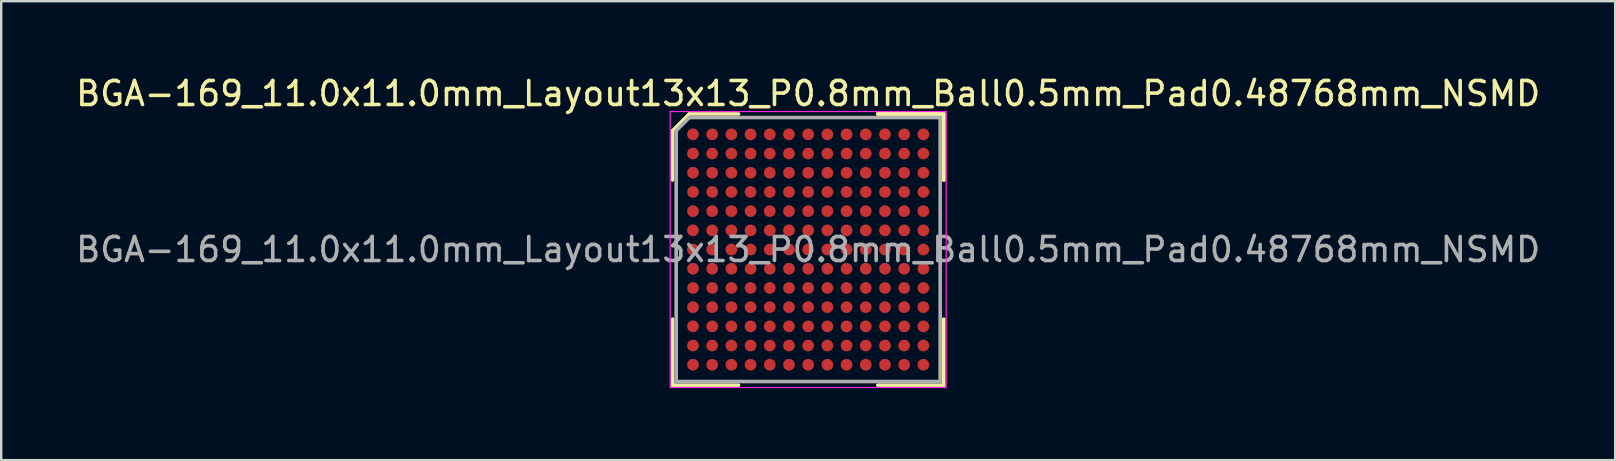
<source format=kicad_pcb>
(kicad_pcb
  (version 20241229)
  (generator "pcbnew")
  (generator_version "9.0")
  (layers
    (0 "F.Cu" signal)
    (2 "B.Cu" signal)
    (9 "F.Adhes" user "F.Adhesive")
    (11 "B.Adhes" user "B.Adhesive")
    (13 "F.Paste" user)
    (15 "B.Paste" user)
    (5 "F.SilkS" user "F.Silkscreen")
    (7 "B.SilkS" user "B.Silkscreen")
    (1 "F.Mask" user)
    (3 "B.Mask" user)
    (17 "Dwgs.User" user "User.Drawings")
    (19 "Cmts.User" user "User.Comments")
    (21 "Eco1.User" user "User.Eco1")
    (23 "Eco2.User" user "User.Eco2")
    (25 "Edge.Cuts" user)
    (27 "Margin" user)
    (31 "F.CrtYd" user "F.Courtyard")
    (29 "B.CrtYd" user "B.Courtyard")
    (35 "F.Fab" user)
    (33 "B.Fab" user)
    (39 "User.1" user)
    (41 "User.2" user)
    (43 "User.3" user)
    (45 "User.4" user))
  (footprint "BGA-169_11.0x11.0mm_Layout13x13_P0.8mm_Ball0.5mm_Pad0.48768mm_NSMD"
    (layer "F.Cu")
    (at 30.625 7.348)
    (property "Reference" "BGA-169_11.0x11.0mm_Layout13x13_P0.8mm_Ball0.5mm_Pad0.48768mm_NSMD" (at 0 -6.5 0) (layer "F.SilkS") (effects (font (size 1 1) (thickness 0.15))))
    (attr smd)
    (fp_line (start -5.65 -4.953) (end -5.65 -2.9) (stroke (width 0.15) (type solid)) (layer "F.SilkS"))
    (fp_line (start -5.65 5.65) (end -5.65 2.9) (stroke (width 0.15) (type solid)) (layer "F.SilkS"))
    (fp_line (start -4.953 -5.65) (end -5.65 -4.953) (stroke (width 0.15) (type solid)) (layer "F.SilkS"))
    (fp_line (start -2.9 -5.65) (end -4.953 -5.65) (stroke (width 0.15) (type solid)) (layer "F.SilkS"))
    (fp_line (start -2.9 5.65) (end -5.65 5.65) (stroke (width 0.15) (type solid)) (layer "F.SilkS"))
    (fp_line (start 2.9 -5.65) (end 5.65 -5.65) (stroke (width 0.15) (type solid)) (layer "F.SilkS"))
    (fp_line (start 2.9 -5.65) (end 5.65 -5.65) (stroke (width 0.15) (type solid)) (layer "F.SilkS"))
    (fp_line (start 2.9 -5.65) (end 5.65 -5.65) (stroke (width 0.15) (type solid)) (layer "F.SilkS"))
    (fp_line (start 2.9 5.65) (end 5.65 5.65) (stroke (width 0.15) (type solid)) (layer "F.SilkS"))
    (fp_line (start 5.65 -5.65) (end 5.65 -2.9) (stroke (width 0.15) (type solid)) (layer "F.SilkS"))
    (fp_line (start 5.65 -5.65) (end 5.65 -2.9) (stroke (width 0.15) (type solid)) (layer "F.SilkS"))
    (fp_line (start 5.65 -5.65) (end 5.65 -2.9) (stroke (width 0.15) (type solid)) (layer "F.SilkS"))
    (fp_line (start 5.65 5.65) (end 5.65 2.9) (stroke (width 0.15) (type solid)) (layer "F.SilkS"))
    (fp_line (start -5.75 -5.75) (end 5.75 -5.75) (stroke (width 0.05) (type solid)) (layer "F.CrtYd"))
    (fp_line (start -5.75 5.75) (end -5.75 -5.75) (stroke (width 0.05) (type solid)) (layer "F.CrtYd"))
    (fp_line (start 5.75 -5.75) (end 5.75 5.75) (stroke (width 0.05) (type solid)) (layer "F.CrtYd"))
    (fp_line (start 5.75 5.75) (end -5.75 5.75) (stroke (width 0.05) (type solid)) (layer "F.CrtYd"))
    (fp_line (start -5.5 -4.953) (end -5.5 5.5) (stroke (width 0.15) (type solid)) (layer "F.Fab"))
    (fp_line (start -5.5 5.5) (end 5.5 5.5) (stroke (width 0.15) (type solid)) (layer "F.Fab"))
    (fp_line (start -4.953 -5.5) (end -5.5 -4.953) (stroke (width 0.15) (type solid)) (layer "F.Fab"))
    (fp_line (start 5.5 -5.5) (end -4.953 -5.5) (stroke (width 0.15) (type solid)) (layer "F.Fab"))
    (fp_line (start 5.5 5.5) (end 5.5 -5.5) (stroke (width 0.15) (type solid)) (layer "F.Fab"))
    (fp_text user "${REFERENCE}" (at 0 0 0) (layer "F.Fab") (effects (font (size 1 1) (thickness 0.15))))
    (pad "A1" smd circle (at -4.8 -4.8) (size 0.488 0.488) (layers "F.Cu" "F.Mask" "F.Paste"))
    (pad "A2" smd circle (at -4 -4.8) (size 0.488 0.488) (layers "F.Cu" "F.Mask" "F.Paste"))
    (pad "A3" smd circle (at -3.2 -4.8) (size 0.488 0.488) (layers "F.Cu" "F.Mask" "F.Paste"))
    (pad "A4" smd circle (at -2.4 -4.8) (size 0.488 0.488) (layers "F.Cu" "F.Mask" "F.Paste"))
    (pad "A5" smd circle (at -1.6 -4.8) (size 0.488 0.488) (layers "F.Cu" "F.Mask" "F.Paste"))
    (pad "A6" smd circle (at -0.8 -4.8) (size 0.488 0.488) (layers "F.Cu" "F.Mask" "F.Paste"))
    (pad "A7" smd circle (at 0 -4.8) (size 0.488 0.488) (layers "F.Cu" "F.Mask" "F.Paste"))
    (pad "A8" smd circle (at 0.8 -4.8) (size 0.488 0.488) (layers "F.Cu" "F.Mask" "F.Paste"))
    (pad "A9" smd circle (at 1.6 -4.8) (size 0.488 0.488) (layers "F.Cu" "F.Mask" "F.Paste"))
    (pad "A10" smd circle (at 2.4 -4.8) (size 0.488 0.488) (layers "F.Cu" "F.Mask" "F.Paste"))
    (pad "A11" smd circle (at 3.2 -4.8) (size 0.488 0.488) (layers "F.Cu" "F.Mask" "F.Paste"))
    (pad "A12" smd circle (at 4 -4.8) (size 0.488 0.488) (layers "F.Cu" "F.Mask" "F.Paste"))
    (pad "A13" smd circle (at 4.8 -4.8) (size 0.488 0.488) (layers "F.Cu" "F.Mask" "F.Paste"))
    (pad "B1" smd circle (at -4.8 -4) (size 0.488 0.488) (layers "F.Cu" "F.Mask" "F.Paste"))
    (pad "B2" smd circle (at -4 -4) (size 0.488 0.488) (layers "F.Cu" "F.Mask" "F.Paste"))
    (pad "B3" smd circle (at -3.2 -4) (size 0.488 0.488) (layers "F.Cu" "F.Mask" "F.Paste"))
    (pad "B4" smd circle (at -2.4 -4) (size 0.488 0.488) (layers "F.Cu" "F.Mask" "F.Paste"))
    (pad "B5" smd circle (at -1.6 -4) (size 0.488 0.488) (layers "F.Cu" "F.Mask" "F.Paste"))
    (pad "B6" smd circle (at -0.8 -4) (size 0.488 0.488) (layers "F.Cu" "F.Mask" "F.Paste"))
    (pad "B7" smd circle (at 0 -4) (size 0.488 0.488) (layers "F.Cu" "F.Mask" "F.Paste"))
    (pad "B8" smd circle (at 0.8 -4) (size 0.488 0.488) (layers "F.Cu" "F.Mask" "F.Paste"))
    (pad "B9" smd circle (at 1.6 -4) (size 0.488 0.488) (layers "F.Cu" "F.Mask" "F.Paste"))
    (pad "B10" smd circle (at 2.4 -4) (size 0.488 0.488) (layers "F.Cu" "F.Mask" "F.Paste"))
    (pad "B11" smd circle (at 3.2 -4) (size 0.488 0.488) (layers "F.Cu" "F.Mask" "F.Paste"))
    (pad "B12" smd circle (at 4 -4) (size 0.488 0.488) (layers "F.Cu" "F.Mask" "F.Paste"))
    (pad "B13" smd circle (at 4.8 -4) (size 0.488 0.488) (layers "F.Cu" "F.Mask" "F.Paste"))
    (pad "C1" smd circle (at -4.8 -3.2) (size 0.488 0.488) (layers "F.Cu" "F.Mask" "F.Paste"))
    (pad "C2" smd circle (at -4 -3.2) (size 0.488 0.488) (layers "F.Cu" "F.Mask" "F.Paste"))
    (pad "C3" smd circle (at -3.2 -3.2) (size 0.488 0.488) (layers "F.Cu" "F.Mask" "F.Paste"))
    (pad "C4" smd circle (at -2.4 -3.2) (size 0.488 0.488) (layers "F.Cu" "F.Mask" "F.Paste"))
    (pad "C5" smd circle (at -1.6 -3.2) (size 0.488 0.488) (layers "F.Cu" "F.Mask" "F.Paste"))
    (pad "C6" smd circle (at -0.8 -3.2) (size 0.488 0.488) (layers "F.Cu" "F.Mask" "F.Paste"))
    (pad "C7" smd circle (at 0 -3.2) (size 0.488 0.488) (layers "F.Cu" "F.Mask" "F.Paste"))
    (pad "C8" smd circle (at 0.8 -3.2) (size 0.488 0.488) (layers "F.Cu" "F.Mask" "F.Paste"))
    (pad "C9" smd circle (at 1.6 -3.2) (size 0.488 0.488) (layers "F.Cu" "F.Mask" "F.Paste"))
    (pad "C10" smd circle (at 2.4 -3.2) (size 0.488 0.488) (layers "F.Cu" "F.Mask" "F.Paste"))
    (pad "C11" smd circle (at 3.2 -3.2) (size 0.488 0.488) (layers "F.Cu" "F.Mask" "F.Paste"))
    (pad "C12" smd circle (at 4 -3.2) (size 0.488 0.488) (layers "F.Cu" "F.Mask" "F.Paste"))
    (pad "C13" smd circle (at 4.8 -3.2) (size 0.488 0.488) (layers "F.Cu" "F.Mask" "F.Paste"))
    (pad "D1" smd circle (at -4.8 -2.4) (size 0.488 0.488) (layers "F.Cu" "F.Mask" "F.Paste"))
    (pad "D2" smd circle (at -4 -2.4) (size 0.488 0.488) (layers "F.Cu" "F.Mask" "F.Paste"))
    (pad "D3" smd circle (at -3.2 -2.4) (size 0.488 0.488) (layers "F.Cu" "F.Mask" "F.Paste"))
    (pad "D4" smd circle (at -2.4 -2.4) (size 0.488 0.488) (layers "F.Cu" "F.Mask" "F.Paste"))
    (pad "D5" smd circle (at -1.6 -2.4) (size 0.488 0.488) (layers "F.Cu" "F.Mask" "F.Paste"))
    (pad "D6" smd circle (at -0.8 -2.4) (size 0.488 0.488) (layers "F.Cu" "F.Mask" "F.Paste"))
    (pad "D7" smd circle (at 0 -2.4) (size 0.488 0.488) (layers "F.Cu" "F.Mask" "F.Paste"))
    (pad "D8" smd circle (at 0.8 -2.4) (size 0.488 0.488) (layers "F.Cu" "F.Mask" "F.Paste"))
    (pad "D9" smd circle (at 1.6 -2.4) (size 0.488 0.488) (layers "F.Cu" "F.Mask" "F.Paste"))
    (pad "D10" smd circle (at 2.4 -2.4) (size 0.488 0.488) (layers "F.Cu" "F.Mask" "F.Paste"))
    (pad "D11" smd circle (at 3.2 -2.4) (size 0.488 0.488) (layers "F.Cu" "F.Mask" "F.Paste"))
    (pad "D12" smd circle (at 4 -2.4) (size 0.488 0.488) (layers "F.Cu" "F.Mask" "F.Paste"))
    (pad "D13" smd circle (at 4.8 -2.4) (size 0.488 0.488) (layers "F.Cu" "F.Mask" "F.Paste"))
    (pad "E1" smd circle (at -4.8 -1.6) (size 0.488 0.488) (layers "F.Cu" "F.Mask" "F.Paste"))
    (pad "E2" smd circle (at -4 -1.6) (size 0.488 0.488) (layers "F.Cu" "F.Mask" "F.Paste"))
    (pad "E3" smd circle (at -3.2 -1.6) (size 0.488 0.488) (layers "F.Cu" "F.Mask" "F.Paste"))
    (pad "E4" smd circle (at -2.4 -1.6) (size 0.488 0.488) (layers "F.Cu" "F.Mask" "F.Paste"))
    (pad "E5" smd circle (at -1.6 -1.6) (size 0.488 0.488) (layers "F.Cu" "F.Mask" "F.Paste"))
    (pad "E6" smd circle (at -0.8 -1.6) (size 0.488 0.488) (layers "F.Cu" "F.Mask" "F.Paste"))
    (pad "E7" smd circle (at 0 -1.6) (size 0.488 0.488) (layers "F.Cu" "F.Mask" "F.Paste"))
    (pad "E8" smd circle (at 0.8 -1.6) (size 0.488 0.488) (layers "F.Cu" "F.Mask" "F.Paste"))
    (pad "E9" smd circle (at 1.6 -1.6) (size 0.488 0.488) (layers "F.Cu" "F.Mask" "F.Paste"))
    (pad "E10" smd circle (at 2.4 -1.6) (size 0.488 0.488) (layers "F.Cu" "F.Mask" "F.Paste"))
    (pad "E11" smd circle (at 3.2 -1.6) (size 0.488 0.488) (layers "F.Cu" "F.Mask" "F.Paste"))
    (pad "E12" smd circle (at 4 -1.6) (size 0.488 0.488) (layers "F.Cu" "F.Mask" "F.Paste"))
    (pad "E13" smd circle (at 4.8 -1.6) (size 0.488 0.488) (layers "F.Cu" "F.Mask" "F.Paste"))
    (pad "F1" smd circle (at -4.8 -0.8) (size 0.488 0.488) (layers "F.Cu" "F.Mask" "F.Paste"))
    (pad "F2" smd circle (at -4 -0.8) (size 0.488 0.488) (layers "F.Cu" "F.Mask" "F.Paste"))
    (pad "F3" smd circle (at -3.2 -0.8) (size 0.488 0.488) (layers "F.Cu" "F.Mask" "F.Paste"))
    (pad "F4" smd circle (at -2.4 -0.8) (size 0.488 0.488) (layers "F.Cu" "F.Mask" "F.Paste"))
    (pad "F5" smd circle (at -1.6 -0.8) (size 0.488 0.488) (layers "F.Cu" "F.Mask" "F.Paste"))
    (pad "F6" smd circle (at -0.8 -0.8) (size 0.488 0.488) (layers "F.Cu" "F.Mask" "F.Paste"))
    (pad "F7" smd circle (at 0 -0.8) (size 0.488 0.488) (layers "F.Cu" "F.Mask" "F.Paste"))
    (pad "F8" smd circle (at 0.8 -0.8) (size 0.488 0.488) (layers "F.Cu" "F.Mask" "F.Paste"))
    (pad "F9" smd circle (at 1.6 -0.8) (size 0.488 0.488) (layers "F.Cu" "F.Mask" "F.Paste"))
    (pad "F10" smd circle (at 2.4 -0.8) (size 0.488 0.488) (layers "F.Cu" "F.Mask" "F.Paste"))
    (pad "F11" smd circle (at 3.2 -0.8) (size 0.488 0.488) (layers "F.Cu" "F.Mask" "F.Paste"))
    (pad "F12" smd circle (at 4 -0.8) (size 0.488 0.488) (layers "F.Cu" "F.Mask" "F.Paste"))
    (pad "F13" smd circle (at 4.8 -0.8) (size 0.488 0.488) (layers "F.Cu" "F.Mask" "F.Paste"))
    (pad "G1" smd circle (at -4.8 0) (size 0.488 0.488) (layers "F.Cu" "F.Mask" "F.Paste"))
    (pad "G2" smd circle (at -4 0) (size 0.488 0.488) (layers "F.Cu" "F.Mask" "F.Paste"))
    (pad "G3" smd circle (at -3.2 0) (size 0.488 0.488) (layers "F.Cu" "F.Mask" "F.Paste"))
    (pad "G4" smd circle (at -2.4 0) (size 0.488 0.488) (layers "F.Cu" "F.Mask" "F.Paste"))
    (pad "G5" smd circle (at -1.6 0) (size 0.488 0.488) (layers "F.Cu" "F.Mask" "F.Paste"))
    (pad "G6" smd circle (at -0.8 0) (size 0.488 0.488) (layers "F.Cu" "F.Mask" "F.Paste"))
    (pad "G7" smd circle (at 0 0) (size 0.488 0.488) (layers "F.Cu" "F.Mask" "F.Paste"))
    (pad "G8" smd circle (at 0.8 0) (size 0.488 0.488) (layers "F.Cu" "F.Mask" "F.Paste"))
    (pad "G9" smd circle (at 1.6 0) (size 0.488 0.488) (layers "F.Cu" "F.Mask" "F.Paste"))
    (pad "G10" smd circle (at 2.4 0) (size 0.488 0.488) (layers "F.Cu" "F.Mask" "F.Paste"))
    (pad "G11" smd circle (at 3.2 0) (size 0.488 0.488) (layers "F.Cu" "F.Mask" "F.Paste"))
    (pad "G12" smd circle (at 4 0) (size 0.488 0.488) (layers "F.Cu" "F.Mask" "F.Paste"))
    (pad "G13" smd circle (at 4.8 0) (size 0.488 0.488) (layers "F.Cu" "F.Mask" "F.Paste"))
    (pad "H1" smd circle (at -4.8 0.8) (size 0.488 0.488) (layers "F.Cu" "F.Mask" "F.Paste"))
    (pad "H2" smd circle (at -4 0.8) (size 0.488 0.488) (layers "F.Cu" "F.Mask" "F.Paste"))
    (pad "H3" smd circle (at -3.2 0.8) (size 0.488 0.488) (layers "F.Cu" "F.Mask" "F.Paste"))
    (pad "H4" smd circle (at -2.4 0.8) (size 0.488 0.488) (layers "F.Cu" "F.Mask" "F.Paste"))
    (pad "H5" smd circle (at -1.6 0.8) (size 0.488 0.488) (layers "F.Cu" "F.Mask" "F.Paste"))
    (pad "H6" smd circle (at -0.8 0.8) (size 0.488 0.488) (layers "F.Cu" "F.Mask" "F.Paste"))
    (pad "H7" smd circle (at 0 0.8) (size 0.488 0.488) (layers "F.Cu" "F.Mask" "F.Paste"))
    (pad "H8" smd circle (at 0.8 0.8) (size 0.488 0.488) (layers "F.Cu" "F.Mask" "F.Paste"))
    (pad "H9" smd circle (at 1.6 0.8) (size 0.488 0.488) (layers "F.Cu" "F.Mask" "F.Paste"))
    (pad "H10" smd circle (at 2.4 0.8) (size 0.488 0.488) (layers "F.Cu" "F.Mask" "F.Paste"))
    (pad "H11" smd circle (at 3.2 0.8) (size 0.488 0.488) (layers "F.Cu" "F.Mask" "F.Paste"))
    (pad "H12" smd circle (at 4 0.8) (size 0.488 0.488) (layers "F.Cu" "F.Mask" "F.Paste"))
    (pad "H13" smd circle (at 4.8 0.8) (size 0.488 0.488) (layers "F.Cu" "F.Mask" "F.Paste"))
    (pad "J1" smd circle (at -4.8 1.6) (size 0.488 0.488) (layers "F.Cu" "F.Mask" "F.Paste"))
    (pad "J2" smd circle (at -4 1.6) (size 0.488 0.488) (layers "F.Cu" "F.Mask" "F.Paste"))
    (pad "J3" smd circle (at -3.2 1.6) (size 0.488 0.488) (layers "F.Cu" "F.Mask" "F.Paste"))
    (pad "J4" smd circle (at -2.4 1.6) (size 0.488 0.488) (layers "F.Cu" "F.Mask" "F.Paste"))
    (pad "J5" smd circle (at -1.6 1.6) (size 0.488 0.488) (layers "F.Cu" "F.Mask" "F.Paste"))
    (pad "J6" smd circle (at -0.8 1.6) (size 0.488 0.488) (layers "F.Cu" "F.Mask" "F.Paste"))
    (pad "J7" smd circle (at 0 1.6) (size 0.488 0.488) (layers "F.Cu" "F.Mask" "F.Paste"))
    (pad "J8" smd circle (at 0.8 1.6) (size 0.488 0.488) (layers "F.Cu" "F.Mask" "F.Paste"))
    (pad "J9" smd circle (at 1.6 1.6) (size 0.488 0.488) (layers "F.Cu" "F.Mask" "F.Paste"))
    (pad "J10" smd circle (at 2.4 1.6) (size 0.488 0.488) (layers "F.Cu" "F.Mask" "F.Paste"))
    (pad "J11" smd circle (at 3.2 1.6) (size 0.488 0.488) (layers "F.Cu" "F.Mask" "F.Paste"))
    (pad "J12" smd circle (at 4 1.6) (size 0.488 0.488) (layers "F.Cu" "F.Mask" "F.Paste"))
    (pad "J13" smd circle (at 4.8 1.6) (size 0.488 0.488) (layers "F.Cu" "F.Mask" "F.Paste"))
    (pad "K1" smd circle (at -4.8 2.4) (size 0.488 0.488) (layers "F.Cu" "F.Mask" "F.Paste"))
    (pad "K2" smd circle (at -4 2.4) (size 0.488 0.488) (layers "F.Cu" "F.Mask" "F.Paste"))
    (pad "K3" smd circle (at -3.2 2.4) (size 0.488 0.488) (layers "F.Cu" "F.Mask" "F.Paste"))
    (pad "K4" smd circle (at -2.4 2.4) (size 0.488 0.488) (layers "F.Cu" "F.Mask" "F.Paste"))
    (pad "K5" smd circle (at -1.6 2.4) (size 0.488 0.488) (layers "F.Cu" "F.Mask" "F.Paste"))
    (pad "K6" smd circle (at -0.8 2.4) (size 0.488 0.488) (layers "F.Cu" "F.Mask" "F.Paste"))
    (pad "K7" smd circle (at 0 2.4) (size 0.488 0.488) (layers "F.Cu" "F.Mask" "F.Paste"))
    (pad "K8" smd circle (at 0.8 2.4) (size 0.488 0.488) (layers "F.Cu" "F.Mask" "F.Paste"))
    (pad "K9" smd circle (at 1.6 2.4) (size 0.488 0.488) (layers "F.Cu" "F.Mask" "F.Paste"))
    (pad "K10" smd circle (at 2.4 2.4) (size 0.488 0.488) (layers "F.Cu" "F.Mask" "F.Paste"))
    (pad "K11" smd circle (at 3.2 2.4) (size 0.488 0.488) (layers "F.Cu" "F.Mask" "F.Paste"))
    (pad "K12" smd circle (at 4 2.4) (size 0.488 0.488) (layers "F.Cu" "F.Mask" "F.Paste"))
    (pad "K13" smd circle (at 4.8 2.4) (size 0.488 0.488) (layers "F.Cu" "F.Mask" "F.Paste"))
    (pad "L1" smd circle (at -4.8 3.2) (size 0.488 0.488) (layers "F.Cu" "F.Mask" "F.Paste"))
    (pad "L2" smd circle (at -4 3.2) (size 0.488 0.488) (layers "F.Cu" "F.Mask" "F.Paste"))
    (pad "L3" smd circle (at -3.2 3.2) (size 0.488 0.488) (layers "F.Cu" "F.Mask" "F.Paste"))
    (pad "L4" smd circle (at -2.4 3.2) (size 0.488 0.488) (layers "F.Cu" "F.Mask" "F.Paste"))
    (pad "L5" smd circle (at -1.6 3.2) (size 0.488 0.488) (layers "F.Cu" "F.Mask" "F.Paste"))
    (pad "L6" smd circle (at -0.8 3.2) (size 0.488 0.488) (layers "F.Cu" "F.Mask" "F.Paste"))
    (pad "L7" smd circle (at 0 3.2) (size 0.488 0.488) (layers "F.Cu" "F.Mask" "F.Paste"))
    (pad "L8" smd circle (at 0.8 3.2) (size 0.488 0.488) (layers "F.Cu" "F.Mask" "F.Paste"))
    (pad "L9" smd circle (at 1.6 3.2) (size 0.488 0.488) (layers "F.Cu" "F.Mask" "F.Paste"))
    (pad "L10" smd circle (at 2.4 3.2) (size 0.488 0.488) (layers "F.Cu" "F.Mask" "F.Paste"))
    (pad "L11" smd circle (at 3.2 3.2) (size 0.488 0.488) (layers "F.Cu" "F.Mask" "F.Paste"))
    (pad "L12" smd circle (at 4 3.2) (size 0.488 0.488) (layers "F.Cu" "F.Mask" "F.Paste"))
    (pad "L13" smd circle (at 4.8 3.2) (size 0.488 0.488) (layers "F.Cu" "F.Mask" "F.Paste"))
    (pad "M1" smd circle (at -4.8 4) (size 0.488 0.488) (layers "F.Cu" "F.Mask" "F.Paste"))
    (pad "M2" smd circle (at -4 4) (size 0.488 0.488) (layers "F.Cu" "F.Mask" "F.Paste"))
    (pad "M3" smd circle (at -3.2 4) (size 0.488 0.488) (layers "F.Cu" "F.Mask" "F.Paste"))
    (pad "M4" smd circle (at -2.4 4) (size 0.488 0.488) (layers "F.Cu" "F.Mask" "F.Paste"))
    (pad "M5" smd circle (at -1.6 4) (size 0.488 0.488) (layers "F.Cu" "F.Mask" "F.Paste"))
    (pad "M6" smd circle (at -0.8 4) (size 0.488 0.488) (layers "F.Cu" "F.Mask" "F.Paste"))
    (pad "M7" smd circle (at 0 4) (size 0.488 0.488) (layers "F.Cu" "F.Mask" "F.Paste"))
    (pad "M8" smd circle (at 0.8 4) (size 0.488 0.488) (layers "F.Cu" "F.Mask" "F.Paste"))
    (pad "M9" smd circle (at 1.6 4) (size 0.488 0.488) (layers "F.Cu" "F.Mask" "F.Paste"))
    (pad "M10" smd circle (at 2.4 4) (size 0.488 0.488) (layers "F.Cu" "F.Mask" "F.Paste"))
    (pad "M11" smd circle (at 3.2 4) (size 0.488 0.488) (layers "F.Cu" "F.Mask" "F.Paste"))
    (pad "M12" smd circle (at 4 4) (size 0.488 0.488) (layers "F.Cu" "F.Mask" "F.Paste"))
    (pad "M13" smd circle (at 4.8 4) (size 0.488 0.488) (layers "F.Cu" "F.Mask" "F.Paste"))
    (pad "N1" smd circle (at -4.8 4.8) (size 0.488 0.488) (layers "F.Cu" "F.Mask" "F.Paste"))
    (pad "N2" smd circle (at -4 4.8) (size 0.488 0.488) (layers "F.Cu" "F.Mask" "F.Paste"))
    (pad "N3" smd circle (at -3.2 4.8) (size 0.488 0.488) (layers "F.Cu" "F.Mask" "F.Paste"))
    (pad "N4" smd circle (at -2.4 4.8) (size 0.488 0.488) (layers "F.Cu" "F.Mask" "F.Paste"))
    (pad "N5" smd circle (at -1.6 4.8) (size 0.488 0.488) (layers "F.Cu" "F.Mask" "F.Paste"))
    (pad "N6" smd circle (at -0.8 4.8) (size 0.488 0.488) (layers "F.Cu" "F.Mask" "F.Paste"))
    (pad "N7" smd circle (at 0 4.8) (size 0.488 0.488) (layers "F.Cu" "F.Mask" "F.Paste"))
    (pad "N8" smd circle (at 0.8 4.8) (size 0.488 0.488) (layers "F.Cu" "F.Mask" "F.Paste"))
    (pad "N9" smd circle (at 1.6 4.8) (size 0.488 0.488) (layers "F.Cu" "F.Mask" "F.Paste"))
    (pad "N10" smd circle (at 2.4 4.8) (size 0.488 0.488) (layers "F.Cu" "F.Mask" "F.Paste"))
    (pad "N11" smd circle (at 3.2 4.8) (size 0.488 0.488) (layers "F.Cu" "F.Mask" "F.Paste"))
    (pad "N12" smd circle (at 4 4.8) (size 0.488 0.488) (layers "F.Cu" "F.Mask" "F.Paste"))
    (pad "N13" smd circle (at 4.8 4.8) (size 0.488 0.488) (layers "F.Cu" "F.Mask" "F.Paste")))
  (gr_rect
    (start -3 -3)
    (end 64.25 16.123)
    (stroke (width 0.1) (type default))
    (fill no)
    (layer "Edge.Cuts")))
</source>
